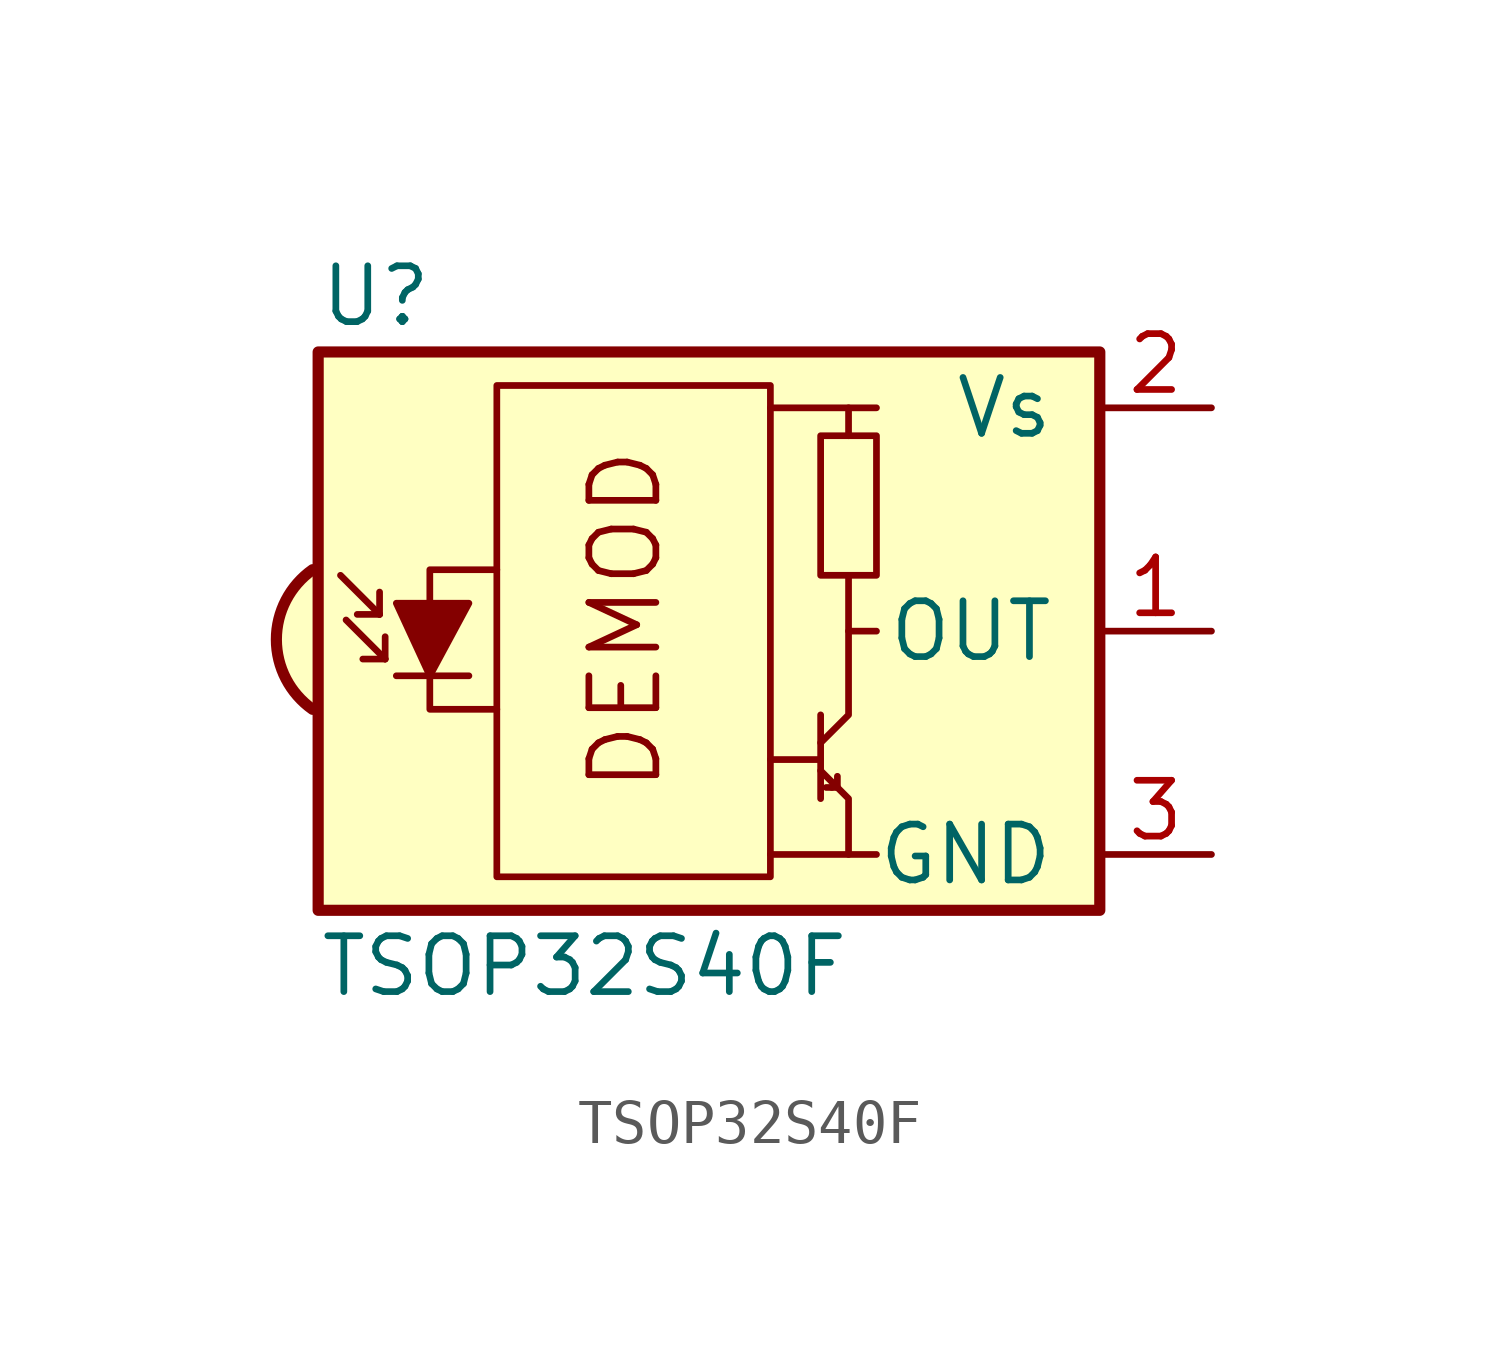
<source format=kicad_sym>
(kicad_symbol_lib
  (version 20201005)
  (generator kicad_symbol_editor)
  (symbol "TSOP32S40F"
    (pin_names
      (offset 1.016))
    (property "Reference" "U"
      (at -10.16 7.62 0)
      (effects (font (size 1.27 1.27)) (justify left)))
    (property "Value" "TSOP32S40F"
      (at -10.16 -7.62 0)
      (effects (font (size 1.27 1.27)) (justify left)))
    (symbol "TSOP32S40F_0_0"
      (arc (start -10.287 1.397) (end -10.287 -1.778) (radius (at -9.144 -0.1778) (length 1.9558) (angles 126 -125.5)) (stroke (width 0.254)) (fill (type background)))
      (text "DEMOD" (at -3.175 0.254 900) (effects (font (size 1.524 1.524))))
      (polyline (pts (xy 1.905 -5.08) (xy 0.127 -5.08)) (stroke (width 0)) (fill (type none)))
      (polyline (pts (xy 1.905 5.08) (xy 0.127 5.08)) (stroke (width 0)) (fill (type none))))
    (symbol "TSOP32S40F_0_1"
      (rectangle (start -6.096 5.588) (end 0.127 -5.588) (stroke (width 0)) (fill (type none)))
      (rectangle (start 2.54 1.27) (end 1.27 4.445) (stroke (width 0)) (fill (type none)))
      (rectangle (start 7.62 6.35) (end -10.16 -6.35) (stroke (width 0.254)) (fill (type background)))
      (polyline (pts (xy -8.763 0.381) (xy -9.652 1.27)) (stroke (width 0)) (fill (type none)))
      (polyline (pts (xy -8.763 0.381) (xy -9.271 0.381)) (stroke (width 0)) (fill (type none)))
      (polyline (pts (xy -8.763 0.381) (xy -8.763 0.889)) (stroke (width 0)) (fill (type none)))
      (polyline (pts (xy -8.636 -0.635) (xy -9.525 0.254)) (stroke (width 0)) (fill (type none)))
      (polyline (pts (xy -8.636 -0.635) (xy -9.144 -0.635)) (stroke (width 0)) (fill (type none)))
      (polyline (pts (xy -8.636 -0.635) (xy -8.636 -0.127)) (stroke (width 0)) (fill (type none)))
      (polyline (pts (xy -8.382 -1.016) (xy -6.731 -1.016)) (stroke (width 0)) (fill (type none)))
      (polyline (pts (xy 1.27 -2.921) (xy 0.127 -2.921)) (stroke (width 0)) (fill (type none)))
      (polyline (pts (xy 1.27 -1.905) (xy 1.27 -3.81)) (stroke (width 0)) (fill (type none)))
      (polyline (pts (xy 1.397 -3.556) (xy 1.524 -3.556)) (stroke (width 0)) (fill (type none)))
      (polyline (pts (xy 1.651 -3.556) (xy 1.524 -3.556)) (stroke (width 0)) (fill (type none)))
      (polyline (pts (xy 1.651 -3.556) (xy 1.651 -3.302)) (stroke (width 0)) (fill (type none)))
      (polyline (pts (xy 1.905 0) (xy 1.905 1.27)) (stroke (width 0)) (fill (type none)))
      (polyline (pts (xy 1.905 4.445) (xy 1.905 5.08) (xy 2.54 5.08)) (stroke (width 0)) (fill (type none)))
      (polyline (pts (xy -8.382 0.635) (xy -6.731 0.635) (xy -7.62 -1.016) (xy -8.382 0.635)) (stroke (width 0)) (fill (type outline)))
      (polyline (pts (xy -6.096 1.397) (xy -7.62 1.397) (xy -7.62 -1.778) (xy -6.096 -1.778)) (stroke (width 0)) (fill (type none)))
      (polyline (pts (xy 1.27 -3.175) (xy 1.905 -3.81) (xy 1.905 -5.08) (xy 2.54 -5.08)) (stroke (width 0)) (fill (type none)))
      (polyline (pts (xy 1.27 -2.54) (xy 1.905 -1.905) (xy 1.905 0) (xy 2.54 0)) (stroke (width 0)) (fill (type none))))
    (symbol "TSOP32S40F_1_1"
      (pin output line (at 10.16 0 180) (length 2.54) (name "OUT" (effects (font (size 1.27 1.27)))) (number "1" (effects (font (size 1.27 1.27)))))
      (pin power_in line (at 10.16 5.08 180) (length 2.54) (name "Vs" (effects (font (size 1.27 1.27)))) (number "2" (effects (font (size 1.27 1.27)))))
      (pin power_in line (at 10.16 -5.08 180) (length 2.54) (name "GND" (effects (font (size 1.27 1.27)))) (number "3" (effects (font (size 1.27 1.27))))))))
</source>
